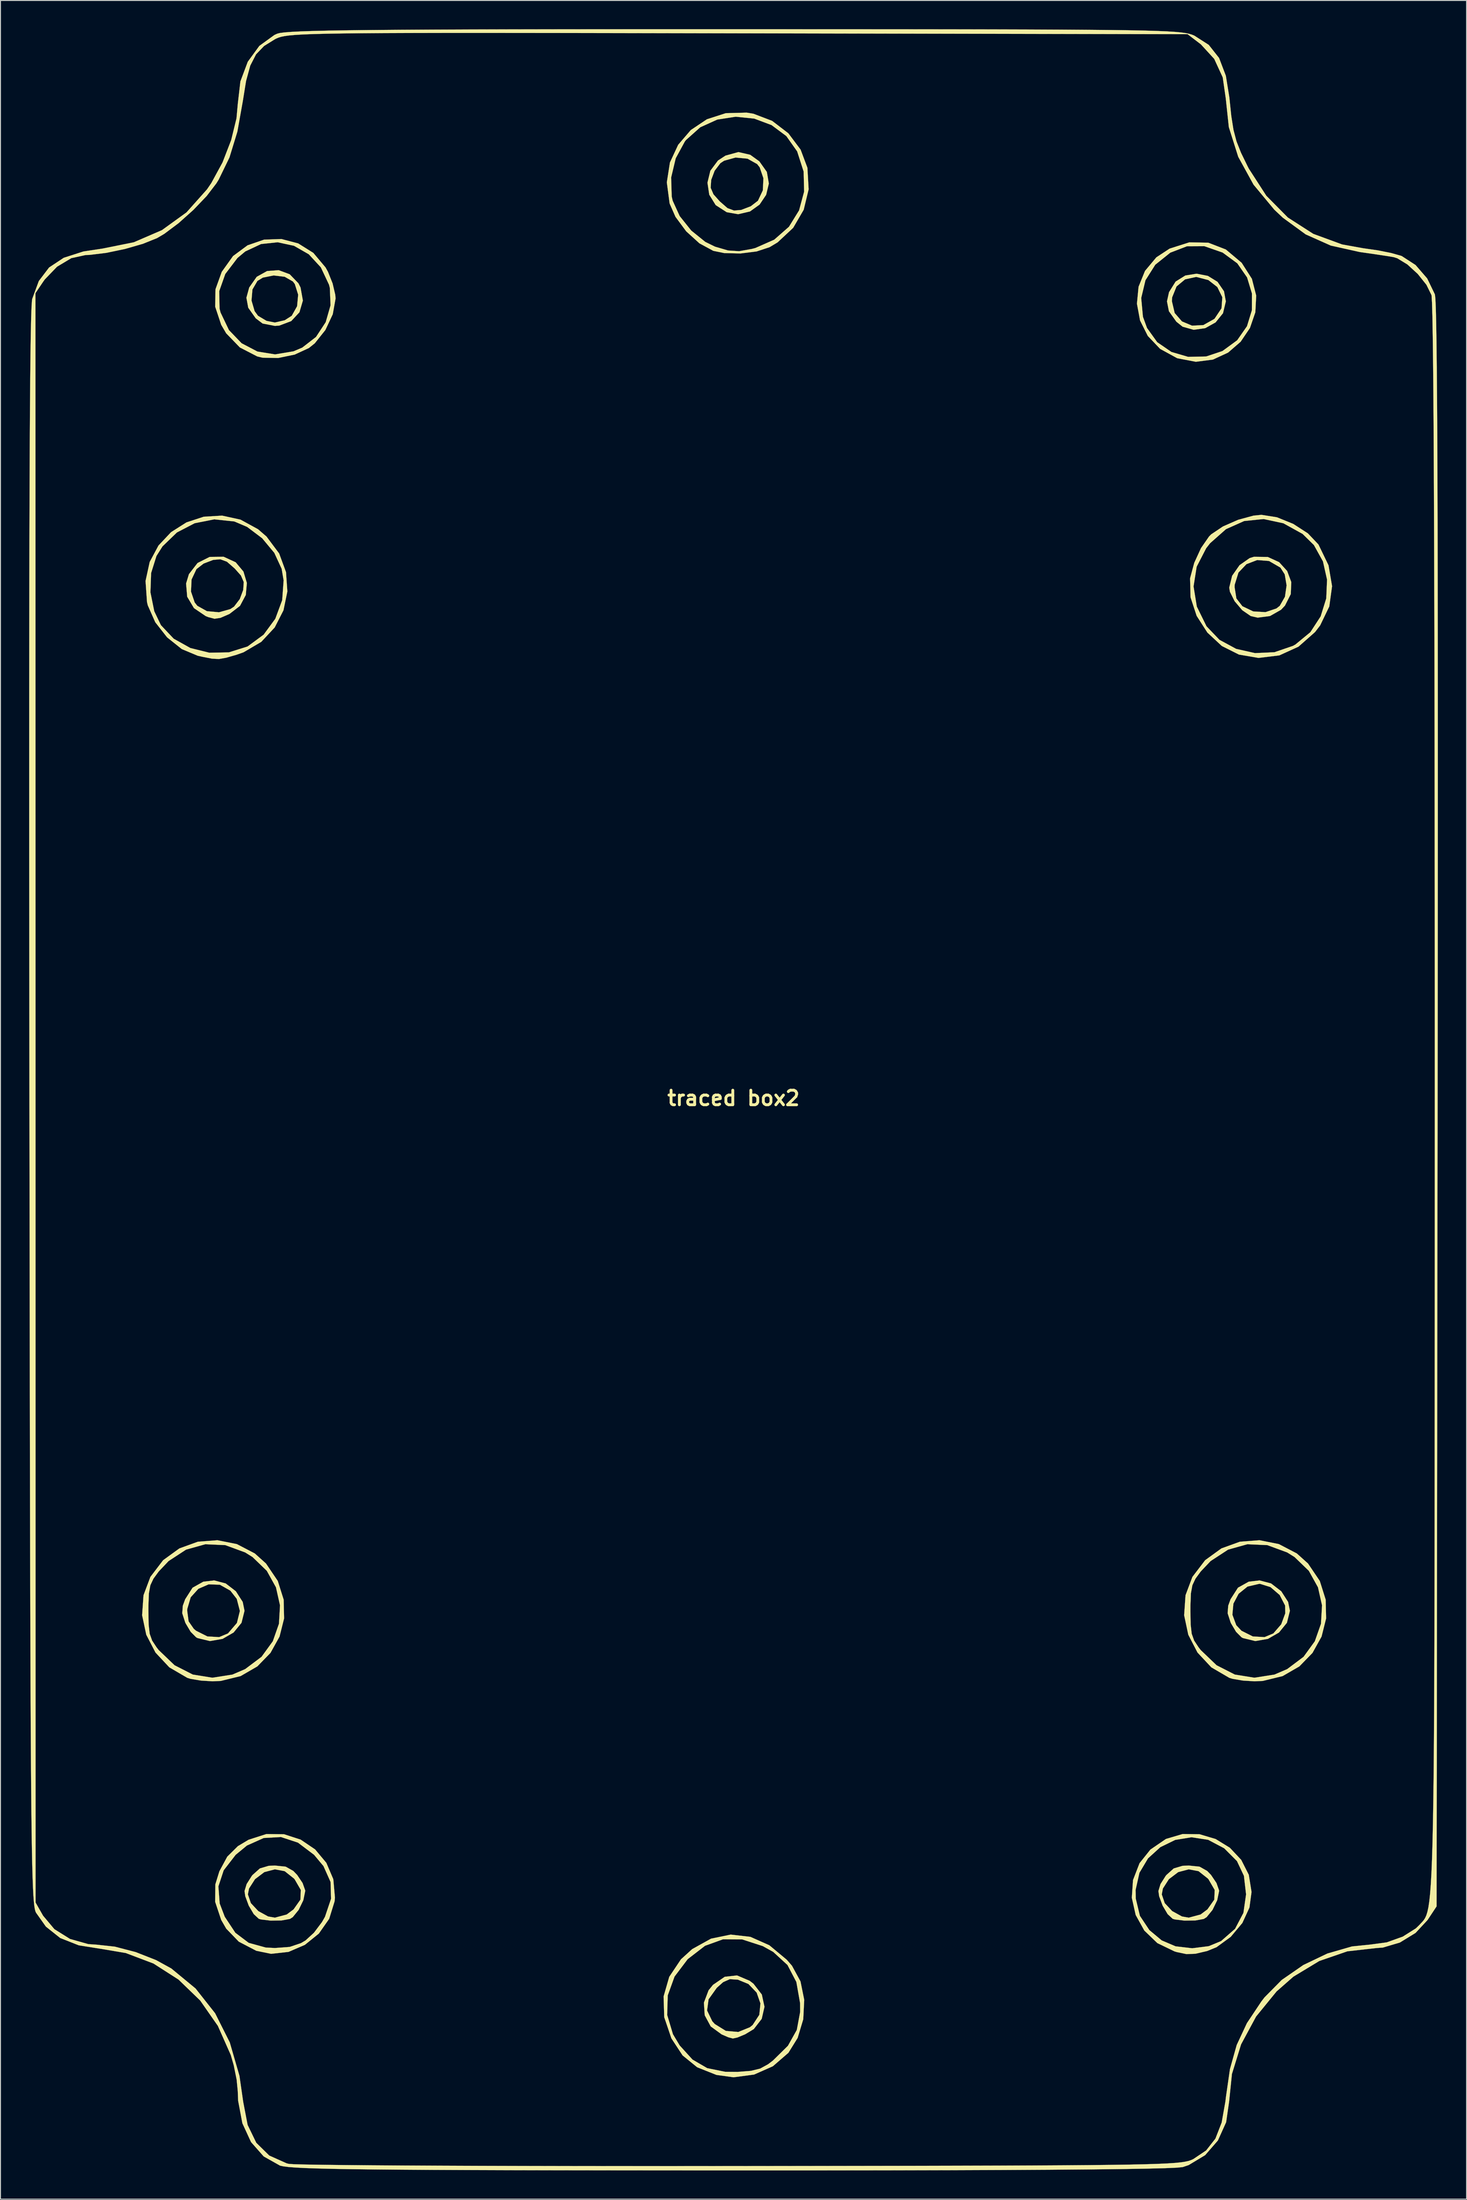
<source format=kicad_pcb>
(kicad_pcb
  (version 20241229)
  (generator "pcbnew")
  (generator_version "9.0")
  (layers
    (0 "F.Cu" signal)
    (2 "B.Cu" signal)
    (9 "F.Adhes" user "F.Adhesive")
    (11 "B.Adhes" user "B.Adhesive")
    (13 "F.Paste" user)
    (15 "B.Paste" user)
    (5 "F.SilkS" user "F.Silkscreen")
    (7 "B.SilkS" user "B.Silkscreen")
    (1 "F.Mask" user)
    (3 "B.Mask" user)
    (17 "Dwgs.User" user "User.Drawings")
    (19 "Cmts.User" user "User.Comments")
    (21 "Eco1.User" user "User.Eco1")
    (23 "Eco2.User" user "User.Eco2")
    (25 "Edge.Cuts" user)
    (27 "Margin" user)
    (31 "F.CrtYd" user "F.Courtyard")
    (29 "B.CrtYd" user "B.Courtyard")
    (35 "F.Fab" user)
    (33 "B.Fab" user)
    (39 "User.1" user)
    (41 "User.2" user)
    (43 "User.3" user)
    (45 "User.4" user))
  (footprint "traced box2"
    (layer "F.Cu")
    (at 73.683 111.828)
    (property "Reference" "traced box2" (at 0 0 0) (layer "F.SilkS") (effects (font (size 1.524 1.524) (thickness 0.3))))
    (attr through_hole)
    (fp_poly (pts (xy 49.624 -86.018) (xy 50.634 -85.396) (xy 51.312 -84.408) (xy 51.506 -83.354) (xy 51.208 -82.112) (xy 50.432 -81.153) (xy 49.352 -80.551) (xy 48.145 -80.377) (xy 46.984 -80.703) (xy 46.328 -81.227) (xy 45.55 -82.321) (xy 45.347 -83.354) (xy 45.353 -83.377) (xy 45.861 -83.377) (xy 46.153 -82.134) (xy 46.914 -81.255) (xy 47.971 -80.811) (xy 49.153 -80.871) (xy 50.286 -81.507) (xy 50.336 -81.553) (xy 51.054 -82.629) (xy 51.138 -83.784) (xy 50.615 -84.851) (xy 49.681 -85.58) (xy 48.41 -85.911) (xy 47.243 -85.657) (xy 46.348 -84.913) (xy 45.889 -83.775) (xy 45.861 -83.377) (xy 45.353 -83.377) (xy 45.561 -84.315) (xy 46.251 -85.422) (xy 47.268 -86.057) (xy 48.447 -86.247) (xy 49.624 -86.018)) (stroke (width 0.01) (type solid)) (fill yes) (layer "F.SilkS"))
    (fp_poly (pts (xy -46.429 -86.188) (xy -45.518 -85.247) (xy -45.292 -84.802) (xy -45.048 -83.436) (xy -45.407 -82.214) (xy -46.266 -81.29) (xy -47.522 -80.817) (xy -47.978 -80.786) (xy -49.259 -81.035) (xy -49.98 -81.58) (xy -50.764 -82.687) (xy -50.902 -83.441) (xy -50.422 -83.441) (xy -50.096 -82.327) (xy -49.742 -81.844) (xy -48.852 -81.313) (xy -47.978 -81.139) (xy -46.942 -81.378) (xy -46.214 -81.844) (xy -45.653 -82.842) (xy -45.541 -84.054) (xy -45.891 -85.163) (xy -46.092 -85.433) (xy -46.951 -85.926) (xy -48.104 -86.063) (xy -49.231 -85.839) (xy -49.802 -85.494) (xy -50.325 -84.597) (xy -50.422 -83.441) (xy -50.902 -83.441) (xy -50.956 -83.73) (xy -50.663 -84.802) (xy -49.877 -85.921) (xy -48.789 -86.526) (xy -47.58 -86.615) (xy -46.429 -86.188)) (stroke (width 0.01) (type solid)) (fill yes) (layer "F.SilkS"))
    (fp_poly (pts (xy 1.688 92.329) (xy 2.09 92.636) (xy 2.964 93.765) (xy 3.242 95.048) (xy 2.952 96.31) (xy 2.125 97.378) (xy 1.218 97.926) (xy 0.41 98.262) (xy -0.067 98.365) (xy -0.55 98.236) (xy -1.243 97.933) (xy -2.383 97.101) (xy -3.011 95.934) (xy -3.043 95.436) (xy -2.764 95.436) (xy -2.22 96.563) (xy -1.956 96.854) (xy -0.799 97.57) (xy 0.497 97.684) (xy 1.718 97.189) (xy 2.006 96.952) (xy 2.701 95.887) (xy 2.82 94.696) (xy 2.422 93.562) (xy 1.565 92.665) (xy 0.455 92.211) (xy -0.384 92.158) (xy -1.08 92.467) (xy -1.75 93.065) (xy -2.607 94.264) (xy -2.764 95.436) (xy -3.043 95.436) (xy -3.095 94.614) (xy -2.606 93.323) (xy -2.144 92.753) (xy -0.915 91.91) (xy 0.368 91.768) (xy 1.688 92.329)) (stroke (width 0.01) (type solid)) (fill yes) (layer "F.SilkS"))
    (fp_poly (pts (xy 1.746 -98.687) (xy 2.704 -97.998) (xy 3.489 -96.892) (xy 3.698 -95.68) (xy 3.416 -94.498) (xy 2.73 -93.478) (xy 1.726 -92.758) (xy 0.491 -92.47) (xy -0.706 -92.678) (xy -1.862 -93.422) (xy -2.536 -94.509) (xy -2.645 -95.236) (xy -2.388 -95.236) (xy -2.095 -94.551) (xy -1.438 -93.812) (xy -0.627 -93.106) (xy 0.058 -92.853) (xy 0.808 -92.917) (xy 1.812 -93.302) (xy 2.558 -93.879) (xy 3.07 -94.965) (xy 3.13 -96.231) (xy 2.743 -97.371) (xy 2.469 -97.719) (xy 1.464 -98.28) (xy 0.21 -98.397) (xy -0.983 -98.065) (xy -1.371 -97.808) (xy -1.973 -97.016) (xy -2.333 -96.058) (xy -2.388 -95.236) (xy -2.645 -95.236) (xy -2.724 -95.765) (xy -2.422 -97.015) (xy -1.626 -98.083) (xy -0.84 -98.598) (xy 0.515 -98.97) (xy 1.746 -98.687)) (stroke (width 0.01) (type solid)) (fill yes) (layer "F.SilkS"))
    (fp_poly (pts (xy 55.892 -56.615) (xy 57.075 -56.073) (xy 57.92 -55.149) (xy 58.352 -53.988) (xy 58.3 -52.732) (xy 57.69 -51.525) (xy 57.279 -51.092) (xy 56.125 -50.436) (xy 54.833 -50.267) (xy 54.112 -50.433) (xy 53.223 -51.045) (xy 52.427 -51.983) (xy 51.931 -52.974) (xy 51.86 -53.405) (xy 51.87 -53.446) (xy 52.423 -53.446) (xy 52.61 -52.271) (xy 53.238 -51.46) (xy 54.368 -50.919) (xy 55.651 -50.843) (xy 56.799 -51.228) (xy 57.15 -51.506) (xy 57.688 -52.449) (xy 57.862 -53.645) (xy 57.667 -54.793) (xy 57.215 -55.504) (xy 56.021 -56.195) (xy 54.783 -56.292) (xy 53.664 -55.865) (xy 52.826 -54.984) (xy 52.434 -53.718) (xy 52.423 -53.446) (xy 51.87 -53.446) (xy 52.163 -54.646) (xy 52.939 -55.756) (xy 53.995 -56.496) (xy 54.444 -56.633) (xy 55.892 -56.615)) (stroke (width 0.01) (type solid)) (fill yes) (layer "F.SilkS"))
    (fp_poly (pts (xy -53.121 50.765) (xy -52.059 51.582) (xy -51.342 52.697) (xy -51.153 53.622) (xy -51.468 54.882) (xy -52.295 55.895) (xy -53.455 56.564) (xy -54.77 56.791) (xy -56.062 56.479) (xy -56.213 56.398) (xy -56.785 55.825) (xy -57.317 54.93) (xy -57.364 54.821) (xy -57.668 53.881) (xy -57.648 53.622) (xy -57.15 53.622) (xy -57.002 54.73) (xy -56.459 55.511) (xy -56.22 55.713) (xy -55.038 56.306) (xy -53.809 56.378) (xy -52.886 55.992) (xy -51.949 54.899) (xy -51.639 53.641) (xy -51.965 52.376) (xy -52.635 51.515) (xy -53.734 50.896) (xy -54.906 50.858) (xy -55.98 51.323) (xy -56.783 52.209) (xy -57.144 53.437) (xy -57.15 53.622) (xy -57.648 53.622) (xy -57.607 53.089) (xy -57.361 52.416) (xy -56.587 51.209) (xy -55.464 50.581) (xy -54.324 50.447) (xy -53.121 50.765)) (stroke (width 0.01) (type solid)) (fill yes) (layer "F.SilkS"))
    (fp_poly (pts (xy 56.24 50.765) (xy 57.302 51.582) (xy 58.019 52.697) (xy 58.208 53.622) (xy 57.893 54.882) (xy 57.066 55.895) (xy 55.906 56.564) (xy 54.591 56.791) (xy 53.299 56.479) (xy 53.148 56.398) (xy 52.576 55.825) (xy 52.044 54.93) (xy 51.997 54.821) (xy 51.743 54.035) (xy 52.19 54.035) (xy 52.596 55.133) (xy 53.141 55.713) (xy 54.323 56.306) (xy 55.553 56.378) (xy 56.475 55.992) (xy 57.299 55.039) (xy 57.724 53.886) (xy 57.705 53.07) (xy 57.136 51.971) (xy 56.177 51.146) (xy 55.072 50.801) (xy 55.014 50.8) (xy 53.773 51.089) (xy 52.844 51.84) (xy 52.295 52.879) (xy 52.19 54.035) (xy 51.743 54.035) (xy 51.693 53.881) (xy 51.754 53.089) (xy 52 52.416) (xy 52.774 51.209) (xy 53.897 50.581) (xy 55.037 50.447) (xy 56.24 50.765)) (stroke (width 0.01) (type solid)) (fill yes) (layer "F.SilkS"))
    (fp_poly (pts (xy -53.329 -56.634) (xy -52.078 -56.058) (xy -51.264 -55.086) (xy -50.907 -53.889) (xy -51.021 -52.637) (xy -51.625 -51.501) (xy -52.734 -50.65) (xy -52.738 -50.648) (xy -53.661 -50.249) (xy -54.289 -50.151) (xy -54.95 -50.324) (xy -55.21 -50.428) (xy -56.442 -51.263) (xy -57.15 -52.453) (xy -57.195 -52.994) (xy -56.752 -52.994) (xy -56.366 -51.854) (xy -56.092 -51.506) (xy -55.086 -50.945) (xy -53.833 -50.828) (xy -52.639 -51.16) (xy -52.251 -51.417) (xy -51.649 -52.209) (xy -51.289 -53.167) (xy -51.234 -53.989) (xy -51.527 -54.674) (xy -52.184 -55.413) (xy -52.995 -56.119) (xy -53.68 -56.372) (xy -54.43 -56.308) (xy -55.434 -55.923) (xy -56.18 -55.346) (xy -56.692 -54.26) (xy -56.752 -52.994) (xy -57.195 -52.994) (xy -57.267 -53.835) (xy -56.97 -54.815) (xy -56.065 -55.984) (xy -54.799 -56.62) (xy -53.344 -56.637) (xy -53.329 -56.634)) (stroke (width 0.01) (type solid)) (fill yes) (layer "F.SilkS"))
    (fp_poly (pts (xy -46.846 80.39) (xy -46.047 80.841) (xy -45.647 81.255) (xy -45.079 82.1) (xy -44.807 82.867) (xy -44.803 82.94) (xy -45.002 83.906) (xy -45.492 84.915) (xy -46.108 85.671) (xy -46.406 85.859) (xy -47.276 86.017) (xy -48.42 86.034) (xy -49.424 85.914) (xy -49.661 85.842) (xy -50.188 85.353) (xy -50.71 84.47) (xy -51.073 83.49) (xy -51.102 83.291) (xy -50.8 83.291) (xy -50.49 84.204) (xy -49.711 85.038) (xy -48.688 85.599) (xy -47.978 85.725) (xy -46.74 85.395) (xy -46.021 84.859) (xy -45.303 83.838) (xy -45.265 82.824) (xy -45.905 81.719) (xy -45.982 81.629) (xy -46.953 80.861) (xy -47.978 80.669) (xy -49.08 80.96) (xy -50.055 81.697) (xy -50.682 82.675) (xy -50.8 83.291) (xy -51.102 83.291) (xy -51.153 82.94) (xy -50.931 82.209) (xy -50.39 81.353) (xy -50.308 81.255) (xy -49.545 80.574) (xy -48.629 80.302) (xy -47.978 80.273) (xy -46.846 80.39)) (stroke (width 0.01) (type solid)) (fill yes) (layer "F.SilkS"))
    (fp_poly (pts (xy 48.757 80.39) (xy 49.556 80.841) (xy 49.955 81.255) (xy 50.524 82.1) (xy 50.796 82.867) (xy 50.8 82.94) (xy 50.601 83.906) (xy 50.111 84.915) (xy 49.495 85.671) (xy 49.197 85.859) (xy 48.326 86.017) (xy 47.183 86.034) (xy 46.179 85.914) (xy 45.942 85.842) (xy 45.415 85.353) (xy 44.893 84.47) (xy 44.529 83.49) (xy 44.501 83.291) (xy 44.803 83.291) (xy 45.113 84.204) (xy 45.892 85.038) (xy 46.914 85.599) (xy 47.625 85.725) (xy 48.863 85.395) (xy 49.581 84.859) (xy 50.299 83.838) (xy 50.338 82.824) (xy 49.698 81.719) (xy 49.621 81.629) (xy 48.65 80.861) (xy 47.625 80.669) (xy 46.523 80.96) (xy 45.548 81.697) (xy 44.92 82.675) (xy 44.803 83.291) (xy 44.501 83.291) (xy 44.45 82.94) (xy 44.672 82.209) (xy 45.213 81.353) (xy 45.295 81.255) (xy 46.058 80.574) (xy 46.973 80.302) (xy 47.625 80.273) (xy 48.757 80.39)) (stroke (width 0.01) (type solid)) (fill yes) (layer "F.SilkS"))
    (fp_poly (pts (xy 49.664 -89.491) (xy 51.506 -88.779) (xy 53.141 -87.404) (xy 53.169 -87.373) (xy 54.231 -85.711) (xy 54.682 -83.957) (xy 54.592 -82.209) (xy 54.026 -80.567) (xy 53.053 -79.129) (xy 51.74 -77.994) (xy 50.155 -77.262) (xy 48.365 -77.032) (xy 46.438 -77.402) (xy 46.39 -77.42) (xy 44.631 -78.383) (xy 43.341 -79.737) (xy 42.53 -81.355) (xy 42.205 -83.112) (xy 42.262 -83.702) (xy 42.652 -83.702) (xy 42.832 -81.742) (xy 43.259 -80.568) (xy 44.326 -79.082) (xy 45.812 -78.06) (xy 47.568 -77.546) (xy 49.445 -77.588) (xy 51.153 -78.157) (xy 52.691 -79.282) (xy 53.718 -80.753) (xy 54.233 -82.432) (xy 54.236 -84.18) (xy 53.727 -85.859) (xy 52.706 -87.33) (xy 51.172 -88.456) (xy 51.165 -88.459) (xy 49.25 -89.128) (xy 47.445 -89.119) (xy 45.695 -88.448) (xy 44.124 -87.186) (xy 43.096 -85.561) (xy 42.652 -83.702) (xy 42.262 -83.702) (xy 42.375 -84.882) (xy 43.049 -86.539) (xy 44.235 -87.958) (xy 45.622 -88.87) (xy 47.681 -89.525) (xy 49.664 -89.491)) (stroke (width 0.01) (type solid)) (fill yes) (layer "F.SilkS"))
    (fp_poly (pts (xy -47.014 77) (xy -45.277 77.563) (xy -43.766 78.587) (xy -42.592 79.993) (xy -41.864 81.702) (xy -41.693 83.635) (xy -41.733 84.027) (xy -42.296 85.845) (xy -43.376 87.388) (xy -44.839 88.569) (xy -46.549 89.305) (xy -48.37 89.508) (xy -49.918 89.192) (xy -51.75 88.236) (xy -53.066 86.876) (xy -53.592 85.964) (xy -54.227 84.061) (xy -54.206 82.454) (xy -53.887 82.454) (xy -53.752 84.239) (xy -53.221 85.632) (xy -52.113 87.306) (xy -50.716 88.36) (xy -48.939 88.849) (xy -47.978 88.9) (xy -46.43 88.786) (xy -45.254 88.393) (xy -44.767 88.106) (xy -43.891 87.304) (xy -43.047 86.183) (xy -42.735 85.632) (xy -42.1 83.746) (xy -42.15 81.992) (xy -42.893 80.33) (xy -43.878 79.149) (xy -45.563 77.876) (xy -47.341 77.29) (xy -49.143 77.391) (xy -50.901 78.179) (xy -52.078 79.149) (xy -53.332 80.771) (xy -53.887 82.454) (xy -54.206 82.454) (xy -54.203 82.233) (xy -53.785 80.876) (xy -52.957 79.341) (xy -51.85 78.246) (xy -50.726 77.574) (xy -48.867 76.978) (xy -47.014 77)) (stroke (width 0.01) (type solid)) (fill yes) (layer "F.SilkS"))
    (fp_poly (pts (xy 48.756 76.998) (xy 50.435 77.497) (xy 51.923 78.411) (xy 53.115 79.68) (xy 53.907 81.243) (xy 54.195 83.038) (xy 53.975 84.668) (xy 53.234 86.279) (xy 52.019 87.73) (xy 50.532 88.814) (xy 49.557 89.212) (xy 48.326 89.501) (xy 47.387 89.537) (xy 46.376 89.326) (xy 46.14 89.257) (xy 44.341 88.386) (xy 42.975 87.072) (xy 42.074 85.447) (xy 41.67 83.643) (xy 41.725 82.825) (xy 42.065 82.825) (xy 42.08 83.723) (xy 42.515 85.535) (xy 43.506 87.027) (xy 44.799 88.106) (xy 46.25 88.724) (xy 47.987 88.925) (xy 49.725 88.706) (xy 51.005 88.177) (xy 52.47 86.893) (xy 53.345 85.225) (xy 53.622 83.285) (xy 53.397 81.347) (xy 52.668 79.805) (xy 51.355 78.489) (xy 51.315 78.458) (xy 49.655 77.581) (xy 47.915 77.314) (xy 46.209 77.592) (xy 44.655 78.349) (xy 43.369 79.517) (xy 42.466 81.031) (xy 42.065 82.825) (xy 41.725 82.825) (xy 41.794 81.792) (xy 42.477 80.027) (xy 43.613 78.604) (xy 45.241 77.49) (xy 46.99 76.975) (xy 48.756 76.998)) (stroke (width 0.01) (type solid)) (fill yes) (layer "F.SilkS"))
    (fp_poly (pts (xy -45.538 -89.414) (xy -43.955 -88.423) (xy -42.678 -86.904) (xy -42.422 -86.441) (xy -41.94 -85.234) (xy -41.658 -84.038) (xy -41.628 -83.645) (xy -41.921 -82.008) (xy -42.696 -80.354) (xy -43.801 -78.968) (xy -44.416 -78.474) (xy -45.906 -77.785) (xy -47.631 -77.43) (xy -49.269 -77.46) (xy -49.815 -77.589) (xy -51.637 -78.53) (xy -53.071 -80.011) (xy -53.592 -80.9) (xy -54.223 -82.799) (xy -54.193 -84.422) (xy -53.8 -84.422) (xy -53.764 -82.596) (xy -53.659 -82.182) (xy -52.78 -80.345) (xy -51.454 -78.968) (xy -49.803 -78.104) (xy -47.952 -77.806) (xy -46.024 -78.128) (xy -45.111 -78.516) (xy -43.674 -79.631) (xy -42.661 -81.171) (xy -42.152 -82.947) (xy -42.229 -84.766) (xy -42.315 -85.099) (xy -43.168 -86.911) (xy -44.429 -88.278) (xy -45.975 -89.165) (xy -47.681 -89.534) (xy -49.422 -89.35) (xy -51.073 -88.576) (xy -51.891 -87.892) (xy -53.166 -86.216) (xy -53.8 -84.422) (xy -54.193 -84.422) (xy -54.189 -84.623) (xy -53.534 -86.441) (xy -52.354 -88.092) (xy -50.835 -89.215) (xy -49.107 -89.81) (xy -47.299 -89.876) (xy -45.538 -89.414)) (stroke (width 0.01) (type solid)) (fill yes) (layer "F.SilkS"))
    (fp_poly (pts (xy 1.768 87.732) (xy 3.749 88.613) (xy 5.57 90.126) (xy 6.119 90.757) (xy 7.009 92.39) (xy 7.399 94.321) (xy 7.297 96.356) (xy 6.711 98.304) (xy 5.746 99.861) (xy 4.124 101.266) (xy 2.156 102.137) (xy 0.01 102.422) (xy -1.785 102.176) (xy -3.799 101.375) (xy -5.324 100.136) (xy -6.496 98.353) (xy -7.245 96.142) (xy -7.252 95.903) (xy -6.938 95.903) (xy -6.333 97.918) (xy -5.633 99.09) (xy -4.286 100.572) (xy -2.749 101.468) (xy -0.873 101.848) (xy 0.421 101.858) (xy 1.817 101.75) (xy 2.787 101.515) (xy 3.612 101.064) (xy 4.125 100.674) (xy 5.694 99.128) (xy 6.622 97.473) (xy 6.975 95.574) (xy 6.968 94.674) (xy 6.576 92.452) (xy 5.648 90.677) (xy 4.156 89.307) (xy 3.064 88.7) (xy 0.909 88) (xy -1.098 87.988) (xy -2.981 88.669) (xy -4.767 90.047) (xy -4.809 90.089) (xy -6.167 91.887) (xy -6.879 93.859) (xy -6.938 95.903) (xy -7.252 95.903) (xy -7.313 93.967) (xy -6.723 91.916) (xy -5.496 90.082) (xy -4.323 89.015) (xy -2.349 87.92) (xy -0.292 87.496) (xy 1.768 87.732)) (stroke (width 0.01) (type solid)) (fill yes) (layer "F.SilkS"))
    (fp_poly (pts (xy 2.08 -102.982) (xy 4.043 -102.233) (xy 5.738 -100.934) (xy 7.02 -99.227) (xy 7.732 -97.33) (xy 7.861 -95.075) (xy 7.345 -92.938) (xy 6.244 -91.047) (xy 4.617 -89.527) (xy 3.774 -89.021) (xy 2.42 -88.575) (xy 0.726 -88.362) (xy -0.971 -88.404) (xy -2.113 -88.638) (xy -3.563 -89.422) (xy -4.948 -90.68) (xy -6.069 -92.194) (xy -6.681 -93.584) (xy -6.975 -95.802) (xy -6.895 -96.311) (xy -6.522 -96.311) (xy -6.463 -94.325) (xy -6.365 -93.887) (xy -5.63 -92.276) (xy -4.423 -90.762) (xy -2.951 -89.573) (xy -1.94 -89.077) (xy -0.569 -88.676) (xy 0.59 -88.601) (xy 1.918 -88.838) (xy 2.293 -88.937) (xy 4.263 -89.807) (xy 5.802 -91.156) (xy 6.86 -92.869) (xy 7.389 -94.831) (xy 7.339 -96.928) (xy 6.66 -99.042) (xy 5.524 -100.647) (xy 3.98 -101.794) (xy 2.168 -102.472) (xy 0.229 -102.668) (xy -1.7 -102.369) (xy -3.477 -101.564) (xy -4.962 -100.239) (xy -5.086 -100.083) (xy -6.044 -98.321) (xy -6.522 -96.311) (xy -6.895 -96.311) (xy -6.649 -97.881) (xy -5.786 -99.734) (xy -4.469 -101.27) (xy -2.78 -102.402) (xy -0.802 -103.04) (xy 1.381 -103.096) (xy 2.08 -102.982)) (stroke (width 0.01) (type solid)) (fill yes) (layer "F.SilkS"))
    (fp_poly (pts (xy -51.574 -60.52) (xy -49.736 -59.515) (xy -48.85 -58.747) (xy -47.529 -56.979) (xy -46.813 -55.026) (xy -46.672 -53.006) (xy -47.077 -51.038) (xy -47.995 -49.242) (xy -49.398 -47.737) (xy -51.255 -46.643) (xy -51.998 -46.381) (xy -53.075 -46.073) (xy -53.823 -45.94) (xy -54.546 -45.975) (xy -55.545 -46.169) (xy -56.05 -46.282) (xy -57.716 -46.979) (xy -59.252 -48.206) (xy -60.492 -49.789) (xy -61.272 -51.553) (xy -61.354 -51.895) (xy -61.425 -52.912) (xy -60.995 -52.912) (xy -60.594 -50.932) (xy -59.899 -49.481) (xy -58.562 -48.064) (xy -56.818 -47.09) (xy -54.838 -46.599) (xy -52.797 -46.635) (xy -50.866 -47.239) (xy -50.806 -47.269) (xy -49.153 -48.487) (xy -47.932 -50.15) (xy -47.211 -52.098) (xy -47.062 -54.17) (xy -47.269 -55.38) (xy -48.038 -57.047) (xy -49.309 -58.574) (xy -50.88 -59.76) (xy -52.217 -60.328) (xy -54.313 -60.55) (xy -56.367 -60.144) (xy -58.224 -59.18) (xy -59.731 -57.725) (xy -60.366 -56.718) (xy -60.925 -54.929) (xy -60.995 -52.912) (xy -61.425 -52.912) (xy -61.507 -54.102) (xy -61.074 -56.092) (xy -60.153 -57.812) (xy -58.838 -59.209) (xy -57.227 -60.232) (xy -55.415 -60.826) (xy -53.499 -60.94) (xy -51.574 -60.52)) (stroke (width 0.01) (type solid)) (fill yes) (layer "F.SilkS"))
    (fp_poly (pts (xy 56.848 -60.767) (xy 58.555 -60.075) (xy 60.088 -59.084) (xy 61.185 -57.93) (xy 61.204 -57.9) (xy 62.246 -55.742) (xy 62.619 -53.561) (xy 62.327 -51.438) (xy 61.372 -49.456) (xy 60.838 -48.76) (xy 59.104 -47.231) (xy 57.1 -46.318) (xy 54.926 -46.053) (xy 52.876 -46.404) (xy 51.084 -47.303) (xy 49.575 -48.706) (xy 48.452 -50.454) (xy 47.815 -52.389) (xy 47.786 -53.532) (xy 48.127 -53.532) (xy 48.469 -51.426) (xy 49.479 -49.371) (xy 49.487 -49.359) (xy 50.84 -47.946) (xy 52.584 -47.001) (xy 54.555 -46.558) (xy 56.589 -46.65) (xy 58.52 -47.311) (xy 58.785 -47.458) (xy 60.347 -48.744) (xy 61.425 -50.399) (xy 62.01 -52.28) (xy 62.093 -54.246) (xy 61.665 -56.154) (xy 60.717 -57.864) (xy 59.535 -59.026) (xy 57.526 -60.139) (xy 55.455 -60.583) (xy 53.421 -60.374) (xy 51.523 -59.526) (xy 49.86 -58.054) (xy 49.447 -57.526) (xy 48.453 -55.596) (xy 48.127 -53.532) (xy 47.786 -53.532) (xy 47.765 -54.351) (xy 47.777 -54.434) (xy 48.202 -56.003) (xy 48.906 -57.541) (xy 49.746 -58.753) (xy 49.975 -58.983) (xy 51.204 -59.807) (xy 52.795 -60.504) (xy 54.407 -60.941) (xy 55.229 -61.023) (xy 56.848 -60.767)) (stroke (width 0.01) (type solid)) (fill yes) (layer "F.SilkS"))
    (fp_poly (pts (xy -51.955 46.647) (xy -50.076 47.627) (xy -48.906 48.679) (xy -47.674 50.502) (xy -47.059 52.454) (xy -47.014 54.429) (xy -47.49 56.323) (xy -48.438 58.029) (xy -49.811 59.441) (xy -51.561 60.454) (xy -53.64 60.962) (xy -54.504 61) (xy -55.736 60.922) (xy -56.808 60.74) (xy -57.139 60.638) (xy -59.019 59.54) (xy -60.466 57.993) (xy -61.431 56.132) (xy -61.865 54.089) (xy -61.833 53.622) (xy -61.207 53.622) (xy -61.184 55.061) (xy -61.074 56.025) (xy -60.817 56.744) (xy -60.353 57.447) (xy -60.128 57.735) (xy -58.469 59.323) (xy -56.564 60.294) (xy -54.513 60.625) (xy -52.413 60.295) (xy -51.086 59.725) (xy -49.373 58.438) (xy -48.194 56.814) (xy -47.55 54.978) (xy -47.44 53.055) (xy -47.864 51.167) (xy -48.823 49.441) (xy -50.316 48) (xy -51.086 47.519) (xy -53.165 46.754) (xy -55.259 46.663) (xy -57.269 47.226) (xy -59.097 48.421) (xy -60.128 49.51) (xy -60.68 50.263) (xy -61.003 50.95) (xy -61.158 51.801) (xy -61.205 53.046) (xy -61.207 53.622) (xy -61.833 53.622) (xy -61.72 51.996) (xy -61.001 50.081) (xy -59.668 48.332) (xy -57.968 47.099) (xy -56.03 46.398) (xy -53.983 46.242) (xy -51.955 46.647)) (stroke (width 0.01) (type solid)) (fill yes) (layer "F.SilkS"))
    (fp_poly (pts (xy 57.053 46.647) (xy 58.932 47.627) (xy 60.103 48.679) (xy 61.334 50.502) (xy 61.949 52.454) (xy 61.994 54.429) (xy 61.519 56.323) (xy 60.57 58.029) (xy 59.197 59.441) (xy 57.447 60.454) (xy 55.368 60.962) (xy 54.504 61) (xy 53.272 60.922) (xy 52.2 60.74) (xy 51.869 60.638) (xy 49.989 59.54) (xy 48.542 57.993) (xy 47.578 56.132) (xy 47.143 54.089) (xy 47.176 53.622) (xy 47.801 53.622) (xy 47.825 55.061) (xy 47.935 56.025) (xy 48.191 56.744) (xy 48.656 57.447) (xy 48.88 57.735) (xy 50.539 59.323) (xy 52.444 60.294) (xy 54.495 60.625) (xy 56.595 60.295) (xy 57.922 59.725) (xy 59.636 58.438) (xy 60.814 56.814) (xy 61.459 54.978) (xy 61.569 53.055) (xy 61.144 51.167) (xy 60.186 49.441) (xy 58.692 48) (xy 57.922 47.519) (xy 55.843 46.754) (xy 53.749 46.663) (xy 51.74 47.226) (xy 49.912 48.421) (xy 48.88 49.51) (xy 48.328 50.263) (xy 48.005 50.95) (xy 47.85 51.801) (xy 47.803 53.046) (xy 47.801 53.622) (xy 47.176 53.622) (xy 47.288 51.996) (xy 48.007 50.081) (xy 49.34 48.332) (xy 51.04 47.099) (xy 52.978 46.398) (xy 55.026 46.242) (xy 57.053 46.647)) (stroke (width 0.01) (type solid)) (fill yes) (layer "F.SilkS"))
    (fp_poly (pts (xy 0.077 -111.823) (xy 6.766 -111.821) (xy 12.787 -111.819) (xy 18.175 -111.816) (xy 22.966 -111.811) (xy 27.199 -111.803) (xy 30.908 -111.793) (xy 34.132 -111.779) (xy 36.905 -111.761) (xy 39.265 -111.74) (xy 41.248 -111.713) (xy 42.891 -111.681) (xy 44.231 -111.642) (xy 45.303 -111.598) (xy 46.144 -111.546) (xy 46.791 -111.488) (xy 47.281 -111.421) (xy 47.65 -111.345) (xy 47.934 -111.261) (xy 48.17 -111.167) (xy 48.219 -111.145) (xy 49.717 -110.184) (xy 50.798 -108.813) (xy 51.507 -106.951) (xy 51.874 -104.682) (xy 52.075 -102.751) (xy 52.304 -101.295) (xy 52.622 -100.085) (xy 53.094 -98.892) (xy 53.781 -97.486) (xy 53.913 -97.23) (xy 55.743 -94.397) (xy 57.999 -92.119) (xy 60.651 -90.415) (xy 63.666 -89.308) (xy 65.847 -88.914) (xy 67.376 -88.695) (xy 68.786 -88.415) (xy 69.807 -88.129) (xy 69.919 -88.085) (xy 71.353 -87.155) (xy 72.567 -85.753) (xy 73.359 -84.116) (xy 73.384 -84.033) (xy 73.429 -83.61) (xy 73.471 -82.658) (xy 73.508 -81.168) (xy 73.542 -79.127) (xy 73.572 -76.525) (xy 73.599 -73.35) (xy 73.622 -69.591) (xy 73.641 -65.237) (xy 73.656 -60.277) (xy 73.668 -54.699) (xy 73.677 -48.492) (xy 73.682 -41.646) (xy 73.683 -34.148) (xy 73.681 -25.987) (xy 73.676 -17.153) (xy 73.668 -7.634) (xy 73.658 0.908) (xy 73.554 84.542) (xy 72.607 85.973) (xy 71.353 87.321) (xy 69.709 88.328) (xy 67.929 88.855) (xy 67.287 88.9) (xy 64.217 89.246) (xy 61.284 90.257) (xy 58.574 91.896) (xy 56.815 93.439) (xy 54.672 96.065) (xy 53.1 98.98) (xy 52.144 102.076) (xy 51.851 104.937) (xy 51.538 107.119) (xy 50.675 109.034) (xy 49.341 110.568) (xy 47.617 111.606) (xy 46.997 111.815) (xy 46.412 111.877) (xy 45.122 111.932) (xy 43.129 111.982) (xy 40.432 112.026) (xy 37.034 112.064) (xy 32.935 112.096) (xy 28.135 112.122) (xy 22.636 112.142) (xy 16.438 112.156) (xy 9.543 112.164) (xy 1.952 112.166) (xy -0.176 112.166) (xy -6.956 112.163) (xy -13.064 112.158) (xy -18.535 112.151) (xy -23.405 112.141) (xy -27.706 112.127) (xy -31.474 112.111) (xy -34.744 112.09) (xy -37.549 112.065) (xy -39.924 112.036) (xy -41.903 112.002) (xy -43.522 111.962) (xy -44.814 111.917) (xy -45.814 111.865) (xy -46.556 111.808) (xy -47.075 111.743) (xy -47.405 111.671) (xy -47.449 111.657) (xy -49.146 110.702) (xy -50.471 109.201) (xy -51.377 107.234) (xy -51.821 104.881) (xy -51.858 103.902) (xy -51.977 102.667) (xy -52.283 101.162) (xy -52.591 100.09) (xy -53.942 97.045) (xy -55.79 94.394) (xy -58.06 92.2) (xy -60.677 90.523) (xy -63.567 89.427) (xy -66.025 89.01) (xy -68.497 88.618) (xy -70.435 87.853) (xy -71.93 86.664) (xy -72.97 85.196) (xy -73.034 85.043) (xy -73.093 84.806) (xy -73.148 84.459) (xy -73.198 83.975) (xy -73.245 83.328) (xy -73.287 82.491) (xy -73.326 81.436) (xy -73.362 80.139) (xy -73.394 78.572) (xy -73.424 76.708) (xy -73.451 74.521) (xy -73.475 71.984) (xy -73.497 69.072) (xy -73.517 65.756) (xy -73.535 62.011) (xy -73.551 57.809) (xy -73.566 53.126) (xy -73.58 47.932) (xy -73.593 42.203) (xy -73.605 35.912) (xy -73.616 29.031) (xy -73.627 21.535) (xy -73.638 13.397) (xy -73.65 4.589) (xy -73.654 1.058) (xy -73.665 -8.824) (xy -73.672 -18.017) (xy -73.677 -26.534) (xy -73.678 -34.392) (xy -73.677 -41.605) (xy -73.672 -48.189) (xy -73.664 -54.158) (xy -73.652 -59.529) (xy -73.637 -64.316) (xy -73.619 -68.535) (xy -73.597 -72.2) (xy -73.571 -75.328) (xy -73.542 -77.933) (xy -73.51 -80.031) (xy -73.473 -81.636) (xy -73.433 -82.765) (xy -73.389 -83.432) (xy -73.363 -83.608) (xy -73.141 -84.21) (xy -73.025 -84.21) (xy -73.019 -0.036) (xy -73.013 84.138) (xy -72.225 85.522) (xy -71.043 86.929) (xy -69.404 87.954) (xy -67.499 88.491) (xy -66.657 88.547) (xy -64.716 88.758) (xy -62.531 89.329) (xy -60.4 90.166) (xy -58.812 91.04) (xy -56.272 93.137) (xy -54.229 95.724) (xy -52.695 98.775) (xy -51.684 102.267) (xy -51.291 104.995) (xy -50.829 107.407) (xy -49.923 109.275) (xy -48.565 110.61) (xy -46.748 111.423) (xy -46.523 111.48) (xy -46.029 111.514) (xy -44.872 111.547) (xy -43.095 111.577) (xy -40.741 111.604) (xy -37.853 111.63) (xy -34.472 111.652) (xy -30.643 111.671) (xy -26.408 111.687) (xy -21.81 111.699) (xy -16.891 111.708) (xy -11.694 111.713) (xy -6.262 111.714) (xy -0.639 111.71) (xy 0.706 111.709) (xy 7.347 111.701) (xy 13.319 111.692) (xy 18.659 111.684) (xy 23.404 111.673) (xy 27.59 111.662) (xy 31.254 111.647) (xy 34.433 111.63) (xy 37.163 111.61) (xy 39.481 111.585) (xy 41.423 111.556) (xy 43.027 111.521) (xy 44.329 111.481) (xy 45.366 111.435) (xy 46.175 111.382) (xy 46.792 111.321) (xy 47.253 111.252) (xy 47.597 111.175) (xy 47.858 111.089) (xy 48.075 110.993) (xy 48.097 110.982) (xy 49.443 110.079) (xy 50.415 108.84) (xy 51.07 107.155) (xy 51.467 104.916) (xy 51.506 104.545) (xy 51.935 101.567) (xy 52.641 99.047) (xy 53.708 96.762) (xy 55.223 94.49) (xy 55.552 94.063) (xy 57.352 92.241) (xy 59.611 90.679) (xy 62.129 89.476) (xy 64.705 88.734) (xy 66.624 88.539) (xy 68.338 88.309) (xy 70.019 87.707) (xy 71.384 86.846) (xy 71.736 86.504) (xy 71.909 86.318) (xy 72.07 86.15) (xy 72.218 85.971) (xy 72.355 85.756) (xy 72.48 85.478) (xy 72.594 85.109) (xy 72.698 84.623) (xy 72.791 83.994) (xy 72.876 83.194) (xy 72.951 82.197) (xy 73.018 80.975) (xy 73.077 79.503) (xy 73.129 77.753) (xy 73.174 75.699) (xy 73.212 73.313) (xy 73.245 70.569) (xy 73.272 67.441) (xy 73.294 63.901) (xy 73.312 59.923) (xy 73.326 55.479) (xy 73.337 50.544) (xy 73.345 45.09) (xy 73.35 39.091) (xy 73.354 32.519) (xy 73.356 25.348) (xy 73.358 17.552) (xy 73.359 9.103) (xy 73.36 0.176) (xy 73.36 -10.276) (xy 73.357 -20.042) (xy 73.351 -29.12) (xy 73.342 -37.51) (xy 73.329 -45.209) (xy 73.313 -52.216) (xy 73.294 -58.531) (xy 73.272 -64.151) (xy 73.247 -69.076) (xy 73.219 -73.303) (xy 73.187 -76.832) (xy 73.152 -79.662) (xy 73.114 -81.79) (xy 73.073 -83.216) (xy 73.029 -83.938) (xy 73.016 -84.015) (xy 72.487 -85.089) (xy 71.579 -86.224) (xy 70.494 -87.217) (xy 69.436 -87.862) (xy 69.065 -87.978) (xy 68.335 -88.1) (xy 67.144 -88.28) (xy 65.731 -88.483) (xy 65.511 -88.514) (xy 62.486 -89.188) (xy 59.862 -90.358) (xy 57.463 -92.109) (xy 56.578 -92.942) (xy 54.404 -95.56) (xy 52.802 -98.473) (xy 51.819 -101.575) (xy 51.498 -104.585) (xy 51.18 -106.785) (xy 50.291 -108.716) (xy 48.895 -110.239) (xy 48.837 -110.284) (xy 47.504 -111.301) (xy 0.462 -111.393) (xy -6.25 -111.406) (xy -12.292 -111.417) (xy -17.701 -111.426) (xy -22.514 -111.431) (xy -26.767 -111.434) (xy -30.495 -111.432) (xy -33.736 -111.426) (xy -36.526 -111.416) (xy -38.9 -111.4) (xy -40.896 -111.378) (xy -42.55 -111.351) (xy -43.897 -111.316) (xy -44.975 -111.275) (xy -45.819 -111.227) (xy -46.467 -111.17) (xy -46.953 -111.105) (xy -47.315 -111.031) (xy -47.589 -110.948) (xy -47.811 -110.855) (xy -47.955 -110.784) (xy -49.104 -110.071) (xy -49.946 -109.194) (xy -50.552 -108.016) (xy -50.993 -106.401) (xy -51.326 -104.329) (xy -51.901 -101.106) (xy -52.727 -98.41) (xy -53.854 -96.092) (xy -54.099 -95.694) (xy -55.114 -94.371) (xy -56.503 -92.919) (xy -58.051 -91.535) (xy -59.542 -90.419) (xy -60.3 -89.971) (xy -61.773 -89.377) (xy -63.644 -88.837) (xy -65.607 -88.426) (xy -67.355 -88.214) (xy -67.769 -88.201) (xy -69.273 -87.872) (xy -70.764 -86.98) (xy -72.05 -85.644) (xy -72.223 -85.4) (xy -73.025 -84.21) (xy -73.141 -84.21) (xy -72.673 -85.48) (xy -71.597 -86.897) (xy -70.063 -87.912) (xy -68.001 -88.574) (xy -66.002 -88.876) (xy -62.731 -89.535) (xy -59.792 -90.804) (xy -57.225 -92.658) (xy -55.075 -95.071) (xy -54.627 -95.729) (xy -53.454 -97.883) (xy -52.549 -100.222) (xy -51.993 -102.497) (xy -51.856 -104.018) (xy -51.584 -106.362) (xy -50.813 -108.417) (xy -49.605 -110.074) (xy -48.024 -111.221) (xy -47.73 -111.354) (xy -47.459 -111.424) (xy -46.979 -111.487) (xy -46.254 -111.544) (xy -45.254 -111.594) (xy -43.944 -111.638) (xy -42.291 -111.677) (xy -40.262 -111.71) (xy -37.824 -111.738) (xy -34.945 -111.762) (xy -31.59 -111.781) (xy -27.727 -111.796) (xy -23.323 -111.808) (xy -18.344 -111.816) (xy -12.758 -111.821) (xy -6.531 -111.823) (xy 0.077 -111.823)) (stroke (width 0.01) (type solid)) (fill yes) (layer "F.SilkS")))
  (gr_rect
    (start -3 -3)
    (end 150.372 226.999)
    (stroke (width 0.1) (type default))
    (fill no)
    (layer "Edge.Cuts")))
</source>
